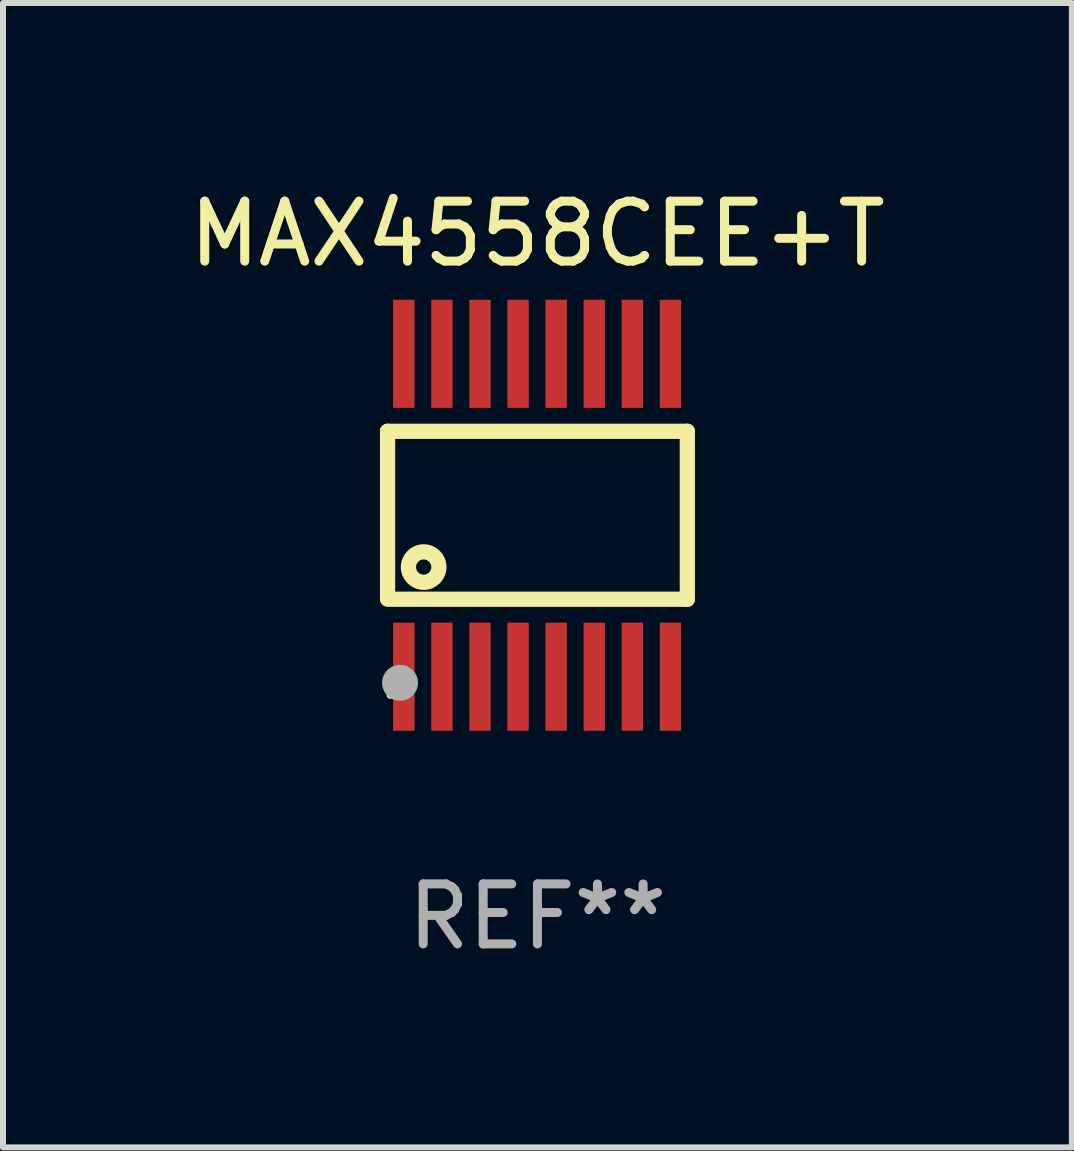
<source format=kicad_pcb>
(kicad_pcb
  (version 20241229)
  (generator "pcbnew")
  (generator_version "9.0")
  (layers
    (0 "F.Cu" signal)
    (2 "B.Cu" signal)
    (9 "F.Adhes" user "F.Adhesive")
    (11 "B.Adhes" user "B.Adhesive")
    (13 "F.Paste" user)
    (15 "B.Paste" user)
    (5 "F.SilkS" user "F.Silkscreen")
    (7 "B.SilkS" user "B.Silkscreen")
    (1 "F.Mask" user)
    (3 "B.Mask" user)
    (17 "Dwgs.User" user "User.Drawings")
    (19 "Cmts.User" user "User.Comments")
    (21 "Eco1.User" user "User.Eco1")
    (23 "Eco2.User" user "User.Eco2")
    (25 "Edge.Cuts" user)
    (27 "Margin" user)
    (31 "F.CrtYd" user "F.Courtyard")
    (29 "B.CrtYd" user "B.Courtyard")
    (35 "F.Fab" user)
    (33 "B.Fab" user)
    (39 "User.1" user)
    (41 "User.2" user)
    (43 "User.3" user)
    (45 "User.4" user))
  (footprint "MAX4558CEE+T"
    (layer "F.Cu")
    (at 5.911 5.541)
    (property "Reference" "MAX4558CEE+T" (at 0 -4.692 0) (layer "F.SilkS") (effects (font (size 1 1) (thickness 0.15))))
    (attr through_hole)
    (fp_line (start -2.499 1.372) (end -2.499 -1.4) (stroke (width 0.254) (type solid)) (layer "F.SilkS"))
    (fp_line (start 2.499 -1.4) (end -2.499 -1.4) (stroke (width 0.254) (type solid)) (layer "F.SilkS"))
    (fp_line (start 2.499 1.4) (end -2.499 1.4) (stroke (width 0.254) (type solid)) (layer "F.SilkS"))
    (fp_line (start 2.499 1.4) (end 2.499 -1.4) (stroke (width 0.254) (type solid)) (layer "F.SilkS"))
    (fp_circle (center -2.455 3) (end -2.425 3) (stroke (width 0.06) (type solid)) (fill no) (layer "F.SilkS"))
    (fp_circle (center -1.897 0.864) (end -1.643 0.864) (stroke (width 0.254) (type solid)) (fill no) (layer "F.SilkS"))
    (fp_circle (center -2.291 2.794) (end -2.141 2.794) (stroke (width 0.3) (type solid)) (fill no) (layer "F.Fab"))
    (fp_text user "REF**" (at 0 6.692 0) (layer "F.Fab") (effects (font (size 1 1) (thickness 0.15))))
    (pad "1" smd rect (at -2.228 2.692 90) (size 1.803 0.356) (layers "F.Cu" "F.Mask" "F.Paste"))
    (pad "2" smd rect (at -1.593 2.692 90) (size 1.803 0.356) (layers "F.Cu" "F.Mask" "F.Paste"))
    (pad "3" smd rect (at -0.958 2.692 90) (size 1.803 0.356) (layers "F.Cu" "F.Mask" "F.Paste"))
    (pad "4" smd rect (at -0.323 2.692 90) (size 1.803 0.356) (layers "F.Cu" "F.Mask" "F.Paste"))
    (pad "5" smd rect (at 0.312 2.692 90) (size 1.803 0.356) (layers "F.Cu" "F.Mask" "F.Paste"))
    (pad "6" smd rect (at 0.947 2.692 90) (size 1.803 0.356) (layers "F.Cu" "F.Mask" "F.Paste"))
    (pad "7" smd rect (at 1.582 2.692 90) (size 1.803 0.356) (layers "F.Cu" "F.Mask" "F.Paste"))
    (pad "8" smd rect (at 2.217 2.692 90) (size 1.803 0.356) (layers "F.Cu" "F.Mask" "F.Paste"))
    (pad "9" smd rect (at 2.217 -2.692 90) (size 1.803 0.356) (layers "F.Cu" "F.Mask" "F.Paste"))
    (pad "10" smd rect (at 1.582 -2.692 90) (size 1.803 0.356) (layers "F.Cu" "F.Mask" "F.Paste"))
    (pad "11" smd rect (at 0.947 -2.692 90) (size 1.803 0.356) (layers "F.Cu" "F.Mask" "F.Paste"))
    (pad "12" smd rect (at 0.312 -2.692 90) (size 1.803 0.356) (layers "F.Cu" "F.Mask" "F.Paste"))
    (pad "13" smd rect (at -0.323 -2.692 90) (size 1.803 0.356) (layers "F.Cu" "F.Mask" "F.Paste"))
    (pad "14" smd rect (at -0.958 -2.692 90) (size 1.803 0.356) (layers "F.Cu" "F.Mask" "F.Paste"))
    (pad "15" smd rect (at -1.593 -2.692 90) (size 1.803 0.356) (layers "F.Cu" "F.Mask" "F.Paste"))
    (pad "16" smd rect (at -2.228 -2.692 90) (size 1.803 0.356) (layers "F.Cu" "F.Mask" "F.Paste")))
  (gr_rect
    (start -3 -3)
    (end 14.821 16.081)
    (stroke (width 0.1) (type default))
    (fill no)
    (layer "Edge.Cuts")))
</source>
